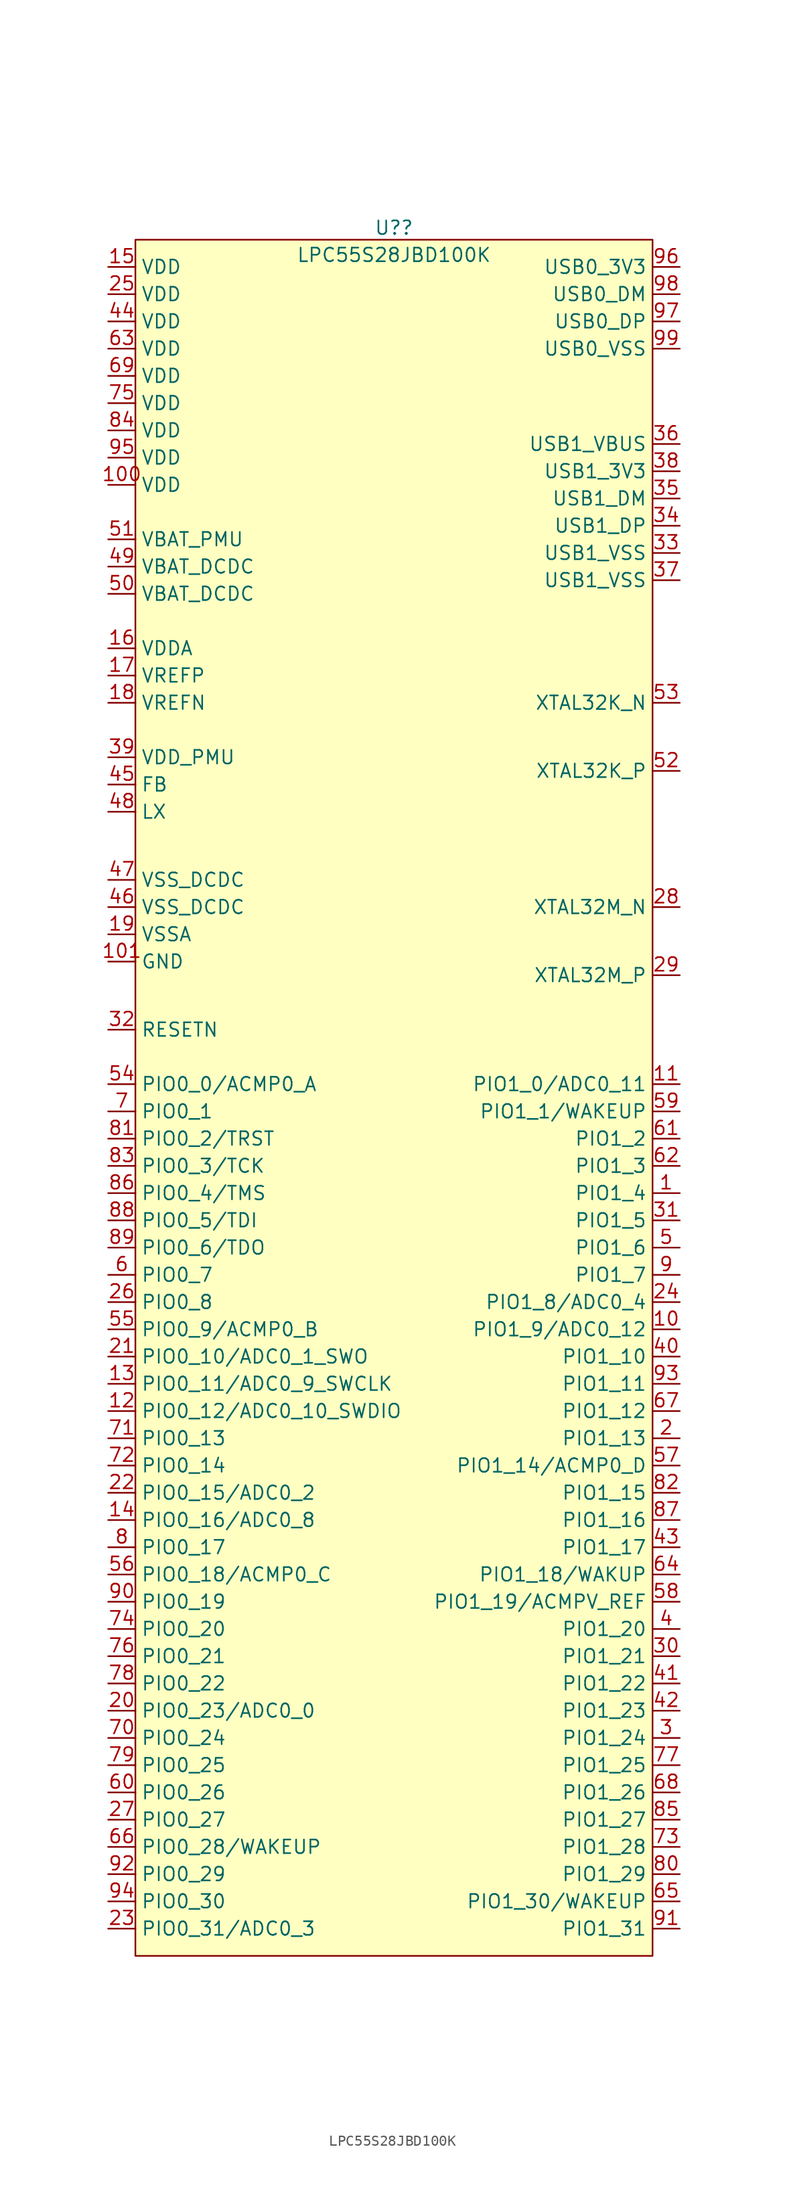
<source format=kicad_sym>
(kicad_symbol_lib
  (version 20211014)
  (generator kicad_symbol_editor)
  (symbol "LPC55S28JBD100K"
    (property "Reference" "U?"
      (at 26.67 4.919 0)
      (effects (font (size 1.27 1.27))))
    (property "Value" "LPC55S28JBD100K"
      (at 26.67 2.382 0)
      (effects (font (size 1.27 1.27))))
    (symbol "LPC55S28JBD100K_0_0"
      (pin input line (at 0 -19.05 0) (length 2.54) (name "VDD" (effects (font (size 1.27 1.27)))) (number "100" (effects (font (size 1.27 1.27)))))
      (pin input line (at 0 -63.5 0) (length 2.54) (name "GND" (effects (font (size 1.27 1.27)))) (number "101" (effects (font (size 1.27 1.27)))))
      (pin input line (at 0 1.27 0) (length 2.54) (name "VDD" (effects (font (size 1.27 1.27)))) (number "15" (effects (font (size 1.27 1.27)))))
      (pin input line (at 0 -34.29 0) (length 2.54) (name "VDDA" (effects (font (size 1.27 1.27)))) (number "16" (effects (font (size 1.27 1.27)))))
      (pin input line (at 0 -36.83 0) (length 2.54) (name "VREFP" (effects (font (size 1.27 1.27)))) (number "17" (effects (font (size 1.27 1.27)))))
      (pin input line (at 0 -39.37 0) (length 2.54) (name "VREFN" (effects (font (size 1.27 1.27)))) (number "18" (effects (font (size 1.27 1.27)))))
      (pin input line (at 0 -60.96 0) (length 2.54) (name "VSSA" (effects (font (size 1.27 1.27)))) (number "19" (effects (font (size 1.27 1.27)))))
      (pin input line (at 0 -1.27 0) (length 2.54) (name "VDD" (effects (font (size 1.27 1.27)))) (number "25" (effects (font (size 1.27 1.27)))))
      (pin input line (at 53.34 -58.42 180) (length 2.54) (name "XTAL32M_N" (effects (font (size 1.27 1.27)))) (number "28" (effects (font (size 1.27 1.27)))))
      (pin input line (at 53.34 -64.77 180) (length 2.54) (name "XTAL32M_P" (effects (font (size 1.27 1.27)))) (number "29" (effects (font (size 1.27 1.27)))))
      (pin input line (at 0 -44.45 0) (length 2.54) (name "VDD_PMU" (effects (font (size 1.27 1.27)))) (number "39" (effects (font (size 1.27 1.27)))))
      (pin input line (at 0 -3.81 0) (length 2.54) (name "VDD" (effects (font (size 1.27 1.27)))) (number "44" (effects (font (size 1.27 1.27)))))
      (pin input line (at 0 -58.42 0) (length 2.54) (name "VSS_DCDC" (effects (font (size 1.27 1.27)))) (number "46" (effects (font (size 1.27 1.27)))))
      (pin input line (at 0 -55.88 0) (length 2.54) (name "VSS_DCDC" (effects (font (size 1.27 1.27)))) (number "47" (effects (font (size 1.27 1.27)))))
      (pin input line (at 53.34 -45.72 180) (length 2.54) (name "XTAL32K_P" (effects (font (size 1.27 1.27)))) (number "52" (effects (font (size 1.27 1.27)))))
      (pin input line (at 53.34 -39.37 180) (length 2.54) (name "XTAL32K_N" (effects (font (size 1.27 1.27)))) (number "53" (effects (font (size 1.27 1.27)))))
      (pin input line (at 0 -74.93 0) (length 2.54) (name "PIO0_0/ACMP0_A" (effects (font (size 1.27 1.27)))) (number "54" (effects (font (size 1.27 1.27)))))
      (pin input line (at 0 -6.35 0) (length 2.54) (name "VDD" (effects (font (size 1.27 1.27)))) (number "63" (effects (font (size 1.27 1.27)))))
      (pin input line (at 0 -8.89 0) (length 2.54) (name "VDD" (effects (font (size 1.27 1.27)))) (number "69" (effects (font (size 1.27 1.27)))))
      (pin input line (at 0 -11.43 0) (length 2.54) (name "VDD" (effects (font (size 1.27 1.27)))) (number "75" (effects (font (size 1.27 1.27)))))
      (pin input line (at 0 -13.97 0) (length 2.54) (name "VDD" (effects (font (size 1.27 1.27)))) (number "84" (effects (font (size 1.27 1.27)))))
      (pin input line (at 0 -16.51 0) (length 2.54) (name "VDD" (effects (font (size 1.27 1.27)))) (number "95" (effects (font (size 1.27 1.27))))))
    (symbol "LPC55S28JBD100K_0_1"
      (rectangle (start 2.54 3.81) (end 50.8 -156.21) (stroke (width 0.152) (type default) (color 0 0 0 0)) (fill (type background))))
    (symbol "LPC55S28JBD100K_1_1"
      (pin input line (at 53.34 -85.09 180) (length 2.54) (name "PIO1_4" (effects (font (size 1.27 1.27)))) (number "1" (effects (font (size 1.27 1.27)))))
      (pin input line (at 53.34 -97.79 180) (length 2.54) (name "PIO1_9/ADC0_12" (effects (font (size 1.27 1.27)))) (number "10" (effects (font (size 1.27 1.27)))))
      (pin input line (at 53.34 -74.93 180) (length 2.54) (name "PIO1_0/ADC0_11" (effects (font (size 1.27 1.27)))) (number "11" (effects (font (size 1.27 1.27)))))
      (pin input line (at 0 -105.41 0) (length 2.54) (name "PIO0_12/ADC0_10_SWDIO" (effects (font (size 1.27 1.27)))) (number "12" (effects (font (size 1.27 1.27)))))
      (pin input line (at 0 -102.87 0) (length 2.54) (name "PIO0_11/ADC0_9_SWCLK" (effects (font (size 1.27 1.27)))) (number "13" (effects (font (size 1.27 1.27)))))
      (pin input line (at 0 -115.57 0) (length 2.54) (name "PIO0_16/ADC0_8" (effects (font (size 1.27 1.27)))) (number "14" (effects (font (size 1.27 1.27)))))
      (pin input line (at 53.34 -107.95 180) (length 2.54) (name "PIO1_13" (effects (font (size 1.27 1.27)))) (number "2" (effects (font (size 1.27 1.27)))))
      (pin input line (at 0 -133.35 0) (length 2.54) (name "PIO0_23/ADC0_0" (effects (font (size 1.27 1.27)))) (number "20" (effects (font (size 1.27 1.27)))))
      (pin input line (at 0 -100.33 0) (length 2.54) (name "PIO0_10/ADC0_1_SWO" (effects (font (size 1.27 1.27)))) (number "21" (effects (font (size 1.27 1.27)))))
      (pin input line (at 0 -113.03 0) (length 2.54) (name "PIO0_15/ADC0_2" (effects (font (size 1.27 1.27)))) (number "22" (effects (font (size 1.27 1.27)))))
      (pin input line (at 0 -153.67 0) (length 2.54) (name "PIO0_31/ADC0_3" (effects (font (size 1.27 1.27)))) (number "23" (effects (font (size 1.27 1.27)))))
      (pin input line (at 53.34 -95.25 180) (length 2.54) (name "PIO1_8/ADC0_4" (effects (font (size 1.27 1.27)))) (number "24" (effects (font (size 1.27 1.27)))))
      (pin input line (at 0 -95.25 0) (length 2.54) (name "PIO0_8" (effects (font (size 1.27 1.27)))) (number "26" (effects (font (size 1.27 1.27)))))
      (pin input line (at 0 -143.51 0) (length 2.54) (name "PIO0_27" (effects (font (size 1.27 1.27)))) (number "27" (effects (font (size 1.27 1.27)))))
      (pin input line (at 53.34 -135.89 180) (length 2.54) (name "PIO1_24" (effects (font (size 1.27 1.27)))) (number "3" (effects (font (size 1.27 1.27)))))
      (pin input line (at 53.34 -128.27 180) (length 2.54) (name "PIO1_21" (effects (font (size 1.27 1.27)))) (number "30" (effects (font (size 1.27 1.27)))))
      (pin input line (at 53.34 -87.63 180) (length 2.54) (name "PIO1_5" (effects (font (size 1.27 1.27)))) (number "31" (effects (font (size 1.27 1.27)))))
      (pin input line (at 0 -69.85 0) (length 2.54) (name "RESETN" (effects (font (size 1.27 1.27)))) (number "32" (effects (font (size 1.27 1.27)))))
      (pin input line (at 53.34 -25.4 180) (length 2.54) (name "USB1_VSS" (effects (font (size 1.27 1.27)))) (number "33" (effects (font (size 1.27 1.27)))))
      (pin input line (at 53.34 -22.86 180) (length 2.54) (name "USB1_DP" (effects (font (size 1.27 1.27)))) (number "34" (effects (font (size 1.27 1.27)))))
      (pin input line (at 53.34 -20.32 180) (length 2.54) (name "USB1_DM" (effects (font (size 1.27 1.27)))) (number "35" (effects (font (size 1.27 1.27)))))
      (pin input line (at 53.34 -15.24 180) (length 2.54) (name "USB1_VBUS" (effects (font (size 1.27 1.27)))) (number "36" (effects (font (size 1.27 1.27)))))
      (pin input line (at 53.34 -27.94 180) (length 2.54) (name "USB1_VSS" (effects (font (size 1.27 1.27)))) (number "37" (effects (font (size 1.27 1.27)))))
      (pin input line (at 53.34 -17.78 180) (length 2.54) (name "USB1_3V3" (effects (font (size 1.27 1.27)))) (number "38" (effects (font (size 1.27 1.27)))))
      (pin input line (at 53.34 -125.73 180) (length 2.54) (name "PIO1_20" (effects (font (size 1.27 1.27)))) (number "4" (effects (font (size 1.27 1.27)))))
      (pin input line (at 53.34 -100.33 180) (length 2.54) (name "PIO1_10" (effects (font (size 1.27 1.27)))) (number "40" (effects (font (size 1.27 1.27)))))
      (pin input line (at 53.34 -130.81 180) (length 2.54) (name "PIO1_22" (effects (font (size 1.27 1.27)))) (number "41" (effects (font (size 1.27 1.27)))))
      (pin input line (at 53.34 -133.35 180) (length 2.54) (name "PIO1_23" (effects (font (size 1.27 1.27)))) (number "42" (effects (font (size 1.27 1.27)))))
      (pin input line (at 53.34 -118.11 180) (length 2.54) (name "PIO1_17" (effects (font (size 1.27 1.27)))) (number "43" (effects (font (size 1.27 1.27)))))
      (pin input line (at 0 -46.99 0) (length 2.54) (name "FB" (effects (font (size 1.27 1.27)))) (number "45" (effects (font (size 1.27 1.27)))))
      (pin input line (at 0 -49.53 0) (length 2.54) (name "LX" (effects (font (size 1.27 1.27)))) (number "48" (effects (font (size 1.27 1.27)))))
      (pin input line (at 0 -26.67 0) (length 2.54) (name "VBAT_DCDC" (effects (font (size 1.27 1.27)))) (number "49" (effects (font (size 1.27 1.27)))))
      (pin input line (at 53.34 -90.17 180) (length 2.54) (name "PIO1_6" (effects (font (size 1.27 1.27)))) (number "5" (effects (font (size 1.27 1.27)))))
      (pin input line (at 0 -29.21 0) (length 2.54) (name "VBAT_DCDC" (effects (font (size 1.27 1.27)))) (number "50" (effects (font (size 1.27 1.27)))))
      (pin input line (at 0 -24.13 0) (length 2.54) (name "VBAT_PMU" (effects (font (size 1.27 1.27)))) (number "51" (effects (font (size 1.27 1.27)))))
      (pin input line (at 0 -97.79 0) (length 2.54) (name "PIO0_9/ACMP0_B" (effects (font (size 1.27 1.27)))) (number "55" (effects (font (size 1.27 1.27)))))
      (pin input line (at 0 -120.65 0) (length 2.54) (name "PIO0_18/ACMP0_C" (effects (font (size 1.27 1.27)))) (number "56" (effects (font (size 1.27 1.27)))))
      (pin input line (at 53.34 -110.49 180) (length 2.54) (name "PIO1_14/ACMP0_D" (effects (font (size 1.27 1.27)))) (number "57" (effects (font (size 1.27 1.27)))))
      (pin input line (at 53.34 -123.19 180) (length 2.54) (name "PIO1_19/ACMPV_REF" (effects (font (size 1.27 1.27)))) (number "58" (effects (font (size 1.27 1.27)))))
      (pin input line (at 53.34 -77.47 180) (length 2.54) (name "PIO1_1/WAKEUP" (effects (font (size 1.27 1.27)))) (number "59" (effects (font (size 1.27 1.27)))))
      (pin input line (at 0 -92.71 0) (length 2.54) (name "PIO0_7" (effects (font (size 1.27 1.27)))) (number "6" (effects (font (size 1.27 1.27)))))
      (pin input line (at 0 -140.97 0) (length 2.54) (name "PIO0_26" (effects (font (size 1.27 1.27)))) (number "60" (effects (font (size 1.27 1.27)))))
      (pin input line (at 53.34 -80.01 180) (length 2.54) (name "PIO1_2" (effects (font (size 1.27 1.27)))) (number "61" (effects (font (size 1.27 1.27)))))
      (pin input line (at 53.34 -82.55 180) (length 2.54) (name "PIO1_3" (effects (font (size 1.27 1.27)))) (number "62" (effects (font (size 1.27 1.27)))))
      (pin input line (at 53.34 -120.65 180) (length 2.54) (name "PIO1_18/WAKUP" (effects (font (size 1.27 1.27)))) (number "64" (effects (font (size 1.27 1.27)))))
      (pin input line (at 53.34 -151.13 180) (length 2.54) (name "PIO1_30/WAKEUP" (effects (font (size 1.27 1.27)))) (number "65" (effects (font (size 1.27 1.27)))))
      (pin input line (at 0 -146.05 0) (length 2.54) (name "PIO0_28/WAKEUP" (effects (font (size 1.27 1.27)))) (number "66" (effects (font (size 1.27 1.27)))))
      (pin input line (at 53.34 -105.41 180) (length 2.54) (name "PIO1_12" (effects (font (size 1.27 1.27)))) (number "67" (effects (font (size 1.27 1.27)))))
      (pin input line (at 53.34 -140.97 180) (length 2.54) (name "PIO1_26" (effects (font (size 1.27 1.27)))) (number "68" (effects (font (size 1.27 1.27)))))
      (pin input line (at 0 -77.47 0) (length 2.54) (name "PIO0_1" (effects (font (size 1.27 1.27)))) (number "7" (effects (font (size 1.27 1.27)))))
      (pin input line (at 0 -135.89 0) (length 2.54) (name "PIO0_24" (effects (font (size 1.27 1.27)))) (number "70" (effects (font (size 1.27 1.27)))))
      (pin input line (at 0 -107.95 0) (length 2.54) (name "PIO0_13" (effects (font (size 1.27 1.27)))) (number "71" (effects (font (size 1.27 1.27)))))
      (pin input line (at 0 -110.49 0) (length 2.54) (name "PIO0_14" (effects (font (size 1.27 1.27)))) (number "72" (effects (font (size 1.27 1.27)))))
      (pin input line (at 53.34 -146.05 180) (length 2.54) (name "PIO1_28" (effects (font (size 1.27 1.27)))) (number "73" (effects (font (size 1.27 1.27)))))
      (pin input line (at 0 -125.73 0) (length 2.54) (name "PIO0_20" (effects (font (size 1.27 1.27)))) (number "74" (effects (font (size 1.27 1.27)))))
      (pin input line (at 0 -128.27 0) (length 2.54) (name "PIO0_21" (effects (font (size 1.27 1.27)))) (number "76" (effects (font (size 1.27 1.27)))))
      (pin input line (at 53.34 -138.43 180) (length 2.54) (name "PIO1_25" (effects (font (size 1.27 1.27)))) (number "77" (effects (font (size 1.27 1.27)))))
      (pin input line (at 0 -130.81 0) (length 2.54) (name "PIO0_22" (effects (font (size 1.27 1.27)))) (number "78" (effects (font (size 1.27 1.27)))))
      (pin input line (at 0 -138.43 0) (length 2.54) (name "PIO0_25" (effects (font (size 1.27 1.27)))) (number "79" (effects (font (size 1.27 1.27)))))
      (pin input line (at 0 -118.11 0) (length 2.54) (name "PIO0_17" (effects (font (size 1.27 1.27)))) (number "8" (effects (font (size 1.27 1.27)))))
      (pin input line (at 53.34 -148.59 180) (length 2.54) (name "PIO1_29" (effects (font (size 1.27 1.27)))) (number "80" (effects (font (size 1.27 1.27)))))
      (pin input line (at 0 -80.01 0) (length 2.54) (name "PIO0_2/TRST" (effects (font (size 1.27 1.27)))) (number "81" (effects (font (size 1.27 1.27)))))
      (pin input line (at 53.34 -113.03 180) (length 2.54) (name "PIO1_15" (effects (font (size 1.27 1.27)))) (number "82" (effects (font (size 1.27 1.27)))))
      (pin input line (at 0 -82.55 0) (length 2.54) (name "PIO0_3/TCK" (effects (font (size 1.27 1.27)))) (number "83" (effects (font (size 1.27 1.27)))))
      (pin input line (at 53.34 -143.51 180) (length 2.54) (name "PIO1_27" (effects (font (size 1.27 1.27)))) (number "85" (effects (font (size 1.27 1.27)))))
      (pin input line (at 0 -85.09 0) (length 2.54) (name "PIO0_4/TMS" (effects (font (size 1.27 1.27)))) (number "86" (effects (font (size 1.27 1.27)))))
      (pin input line (at 53.34 -115.57 180) (length 2.54) (name "PIO1_16" (effects (font (size 1.27 1.27)))) (number "87" (effects (font (size 1.27 1.27)))))
      (pin input line (at 0 -87.63 0) (length 2.54) (name "PIO0_5/TDI" (effects (font (size 1.27 1.27)))) (number "88" (effects (font (size 1.27 1.27)))))
      (pin input line (at 0 -90.17 0) (length 2.54) (name "PIO0_6/TDO" (effects (font (size 1.27 1.27)))) (number "89" (effects (font (size 1.27 1.27)))))
      (pin input line (at 53.34 -92.71 180) (length 2.54) (name "PIO1_7" (effects (font (size 1.27 1.27)))) (number "9" (effects (font (size 1.27 1.27)))))
      (pin input line (at 0 -123.19 0) (length 2.54) (name "PIO0_19" (effects (font (size 1.27 1.27)))) (number "90" (effects (font (size 1.27 1.27)))))
      (pin input line (at 53.34 -153.67 180) (length 2.54) (name "PIO1_31" (effects (font (size 1.27 1.27)))) (number "91" (effects (font (size 1.27 1.27)))))
      (pin input line (at 0 -148.59 0) (length 2.54) (name "PIO0_29" (effects (font (size 1.27 1.27)))) (number "92" (effects (font (size 1.27 1.27)))))
      (pin input line (at 53.34 -102.87 180) (length 2.54) (name "PIO1_11" (effects (font (size 1.27 1.27)))) (number "93" (effects (font (size 1.27 1.27)))))
      (pin input line (at 0 -151.13 0) (length 2.54) (name "PIO0_30" (effects (font (size 1.27 1.27)))) (number "94" (effects (font (size 1.27 1.27)))))
      (pin input line (at 53.34 1.27 180) (length 2.54) (name "USB0_3V3" (effects (font (size 1.27 1.27)))) (number "96" (effects (font (size 1.27 1.27)))))
      (pin input line (at 53.34 -3.81 180) (length 2.54) (name "USB0_DP" (effects (font (size 1.27 1.27)))) (number "97" (effects (font (size 1.27 1.27)))))
      (pin input line (at 53.34 -1.27 180) (length 2.54) (name "USB0_DM" (effects (font (size 1.27 1.27)))) (number "98" (effects (font (size 1.27 1.27)))))
      (pin input line (at 53.34 -6.35 180) (length 2.54) (name "USB0_VSS" (effects (font (size 1.27 1.27)))) (number "99" (effects (font (size 1.27 1.27))))))))
</source>
